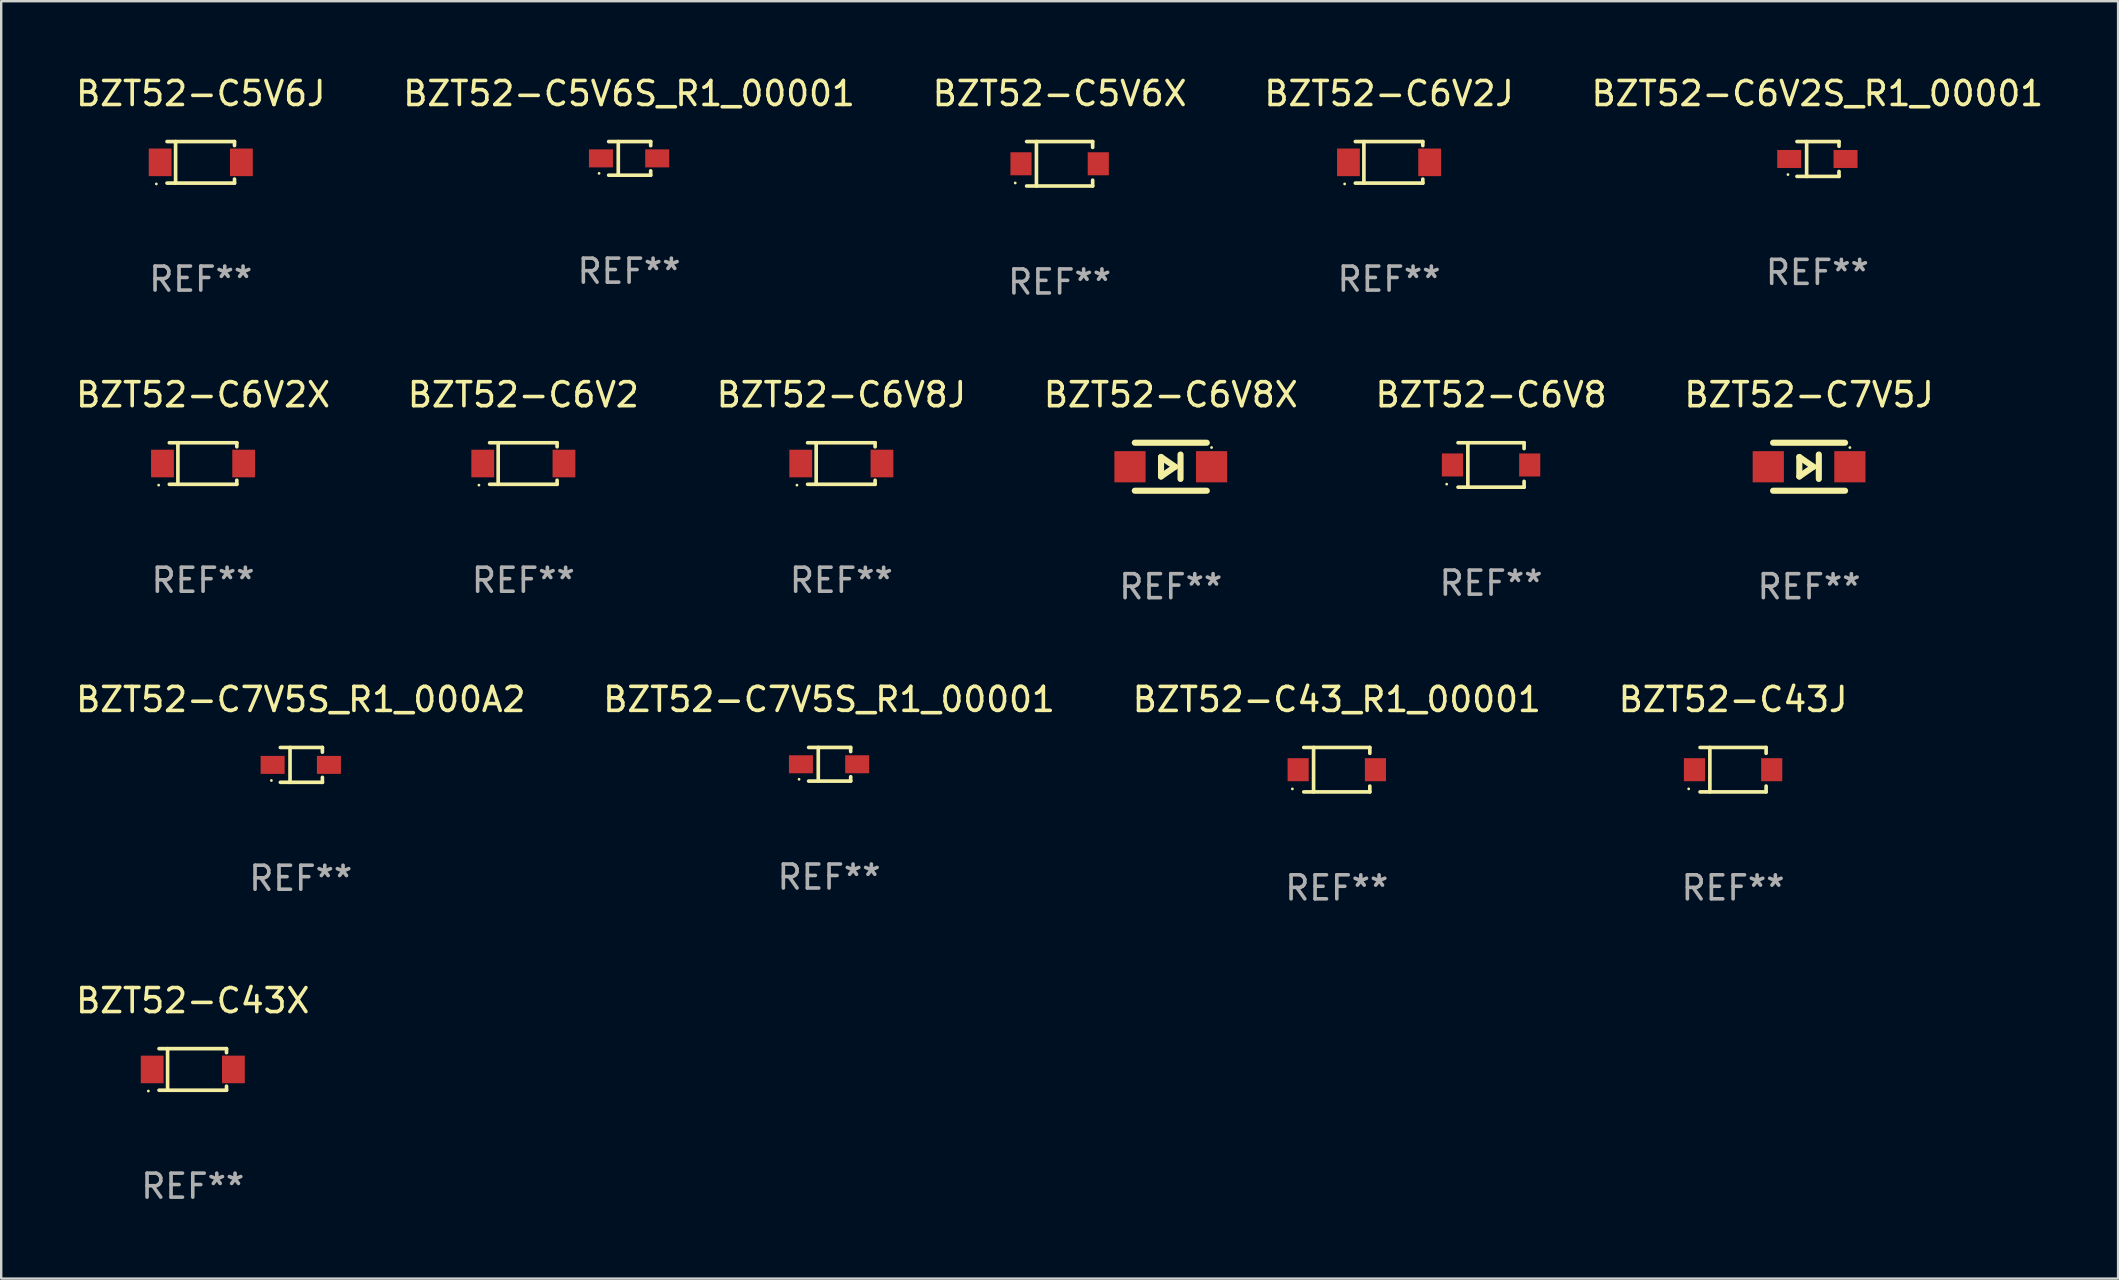
<source format=kicad_pcb>
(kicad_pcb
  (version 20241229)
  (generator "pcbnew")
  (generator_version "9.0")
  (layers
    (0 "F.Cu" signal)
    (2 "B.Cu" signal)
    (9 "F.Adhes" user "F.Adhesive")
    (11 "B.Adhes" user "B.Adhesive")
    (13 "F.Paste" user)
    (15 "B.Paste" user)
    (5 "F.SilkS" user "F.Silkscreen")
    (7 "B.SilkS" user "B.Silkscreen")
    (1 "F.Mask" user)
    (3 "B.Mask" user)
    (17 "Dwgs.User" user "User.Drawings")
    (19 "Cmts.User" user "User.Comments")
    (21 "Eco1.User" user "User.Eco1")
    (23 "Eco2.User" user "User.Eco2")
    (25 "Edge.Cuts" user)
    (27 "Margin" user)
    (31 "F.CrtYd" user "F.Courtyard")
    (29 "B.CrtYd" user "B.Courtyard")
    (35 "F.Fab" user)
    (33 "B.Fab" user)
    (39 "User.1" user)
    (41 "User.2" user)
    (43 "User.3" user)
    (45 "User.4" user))
  (footprint "BZT52-C43_R1_00001"
    (layer "F.Cu")
    (at 52.649 29.02)
    (property "Reference" "BZT52-C43_R1_00001" (at 0 -2.926 0) (layer "F.SilkS") (effects (font (size 1 1) (thickness 0.15))))
    (attr through_hole)
    (fp_line (start -1.376 -0.926) (end 1.376 -0.926) (stroke (width 0.152) (type solid)) (layer "F.SilkS"))
    (fp_line (start -1.376 0.926) (end 1.376 0.926) (stroke (width 0.152) (type solid)) (layer "F.SilkS"))
    (fp_line (start -0.967 -0.926) (end -0.967 0.926) (stroke (width 0.152) (type solid)) (layer "F.SilkS"))
    (fp_line (start 1.376 -0.926) (end 1.376 -0.683) (stroke (width 0.152) (type solid)) (layer "F.SilkS"))
    (fp_line (start 1.376 0.926) (end 1.376 0.683) (stroke (width 0.152) (type solid)) (layer "F.SilkS"))
    (fp_circle (center -1.85 0.8) (end -1.82 0.8) (stroke (width 0.06) (type solid)) (fill no) (layer "F.SilkS"))
    (fp_text user "REF**" (at 0 4.926 0) (layer "F.Fab") (effects (font (size 1 1) (thickness 0.15))))
    (pad "1" smd rect (at -1.61 0) (size 0.88 0.96) (layers "F.Cu" "F.Mask" "F.Paste"))
    (pad "2" smd rect (at 1.61 0) (size 0.88 0.96) (layers "F.Cu" "F.Mask" "F.Paste")))
  (footprint "BZT52-C6V2X"
    (layer "F.Cu")
    (at 5.411 16.263)
    (property "Reference" "BZT52-C6V2X" (at 0 -2.866 0) (layer "F.SilkS") (effects (font (size 1 1) (thickness 0.15))))
    (attr through_hole)
    (fp_line (start -1.406 -0.866) (end 1.406 -0.866) (stroke (width 0.152) (type solid)) (layer "F.SilkS"))
    (fp_line (start -1.406 0.866) (end 1.406 0.866) (stroke (width 0.152) (type solid)) (layer "F.SilkS"))
    (fp_line (start -1.049 -0.866) (end -1.049 0.866) (stroke (width 0.152) (type solid)) (layer "F.SilkS"))
    (fp_line (start 1.406 -0.866) (end 1.406 -0.698) (stroke (width 0.152) (type solid)) (layer "F.SilkS"))
    (fp_line (start 1.406 0.866) (end 1.406 0.698) (stroke (width 0.152) (type solid)) (layer "F.SilkS"))
    (fp_circle (center -1.851 0.9) (end -1.821 0.9) (stroke (width 0.06) (type solid)) (fill no) (layer "F.SilkS"))
    (fp_text user "REF**" (at 0 4.866 0) (layer "F.Fab") (effects (font (size 1 1) (thickness 0.15))))
    (pad "1" smd rect (at -1.692 0) (size 0.95 1.15) (layers "F.Cu" "F.Mask" "F.Paste"))
    (pad "2" smd rect (at 1.692 0) (size 0.95 1.15) (layers "F.Cu" "F.Mask" "F.Paste")))
  (footprint "BZT52-C6V2"
    (layer "F.Cu")
    (at 18.756 16.263)
    (property "Reference" "BZT52-C6V2" (at 0 -2.866 0) (layer "F.SilkS") (effects (font (size 1 1) (thickness 0.15))))
    (attr through_hole)
    (fp_line (start -1.406 -0.866) (end 1.406 -0.866) (stroke (width 0.152) (type solid)) (layer "F.SilkS"))
    (fp_line (start -1.406 0.866) (end 1.406 0.866) (stroke (width 0.152) (type solid)) (layer "F.SilkS"))
    (fp_line (start -1.049 -0.866) (end -1.049 0.866) (stroke (width 0.152) (type solid)) (layer "F.SilkS"))
    (fp_line (start 1.406 -0.866) (end 1.406 -0.698) (stroke (width 0.152) (type solid)) (layer "F.SilkS"))
    (fp_line (start 1.406 0.866) (end 1.406 0.698) (stroke (width 0.152) (type solid)) (layer "F.SilkS"))
    (fp_circle (center -1.851 0.9) (end -1.821 0.9) (stroke (width 0.06) (type solid)) (fill no) (layer "F.SilkS"))
    (fp_text user "REF**" (at 0 4.866 0) (layer "F.Fab") (effects (font (size 1 1) (thickness 0.15))))
    (pad "1" smd rect (at -1.692 0) (size 0.95 1.15) (layers "F.Cu" "F.Mask" "F.Paste"))
    (pad "2" smd rect (at 1.692 0) (size 0.95 1.15) (layers "F.Cu" "F.Mask" "F.Paste")))
  (footprint "BZT52-C6V8"
    (layer "F.Cu")
    (at 59.077 16.323)
    (property "Reference" "BZT52-C6V8" (at 0 -2.926 0) (layer "F.SilkS") (effects (font (size 1 1) (thickness 0.15))))
    (attr through_hole)
    (fp_line (start -1.376 -0.926) (end 1.376 -0.926) (stroke (width 0.152) (type solid)) (layer "F.SilkS"))
    (fp_line (start -1.376 0.926) (end 1.376 0.926) (stroke (width 0.152) (type solid)) (layer "F.SilkS"))
    (fp_line (start -0.967 -0.926) (end -0.967 0.926) (stroke (width 0.152) (type solid)) (layer "F.SilkS"))
    (fp_line (start 1.376 -0.926) (end 1.376 -0.683) (stroke (width 0.152) (type solid)) (layer "F.SilkS"))
    (fp_line (start 1.376 0.926) (end 1.376 0.683) (stroke (width 0.152) (type solid)) (layer "F.SilkS"))
    (fp_circle (center -1.85 0.8) (end -1.82 0.8) (stroke (width 0.06) (type solid)) (fill no) (layer "F.SilkS"))
    (fp_text user "REF**" (at 0 4.926 0) (layer "F.Fab") (effects (font (size 1 1) (thickness 0.15))))
    (pad "1" smd rect (at -1.61 0) (size 0.88 0.96) (layers "F.Cu" "F.Mask" "F.Paste"))
    (pad "2" smd rect (at 1.61 0) (size 0.88 0.96) (layers "F.Cu" "F.Mask" "F.Paste")))
  (footprint "BZT52-C6V8X"
    (layer "F.Cu")
    (at 45.732 16.397)
    (property "Reference" "BZT52-C6V8X" (at 0 -3 0) (layer "F.SilkS") (effects (font (size 1 1) (thickness 0.15))))
    (attr through_hole)
    (fp_line (start -1.5 -1) (end 1.5 -1) (stroke (width 0.254) (type solid)) (layer "F.SilkS"))
    (fp_line (start -0.406 -0.406) (end 0.178 0) (stroke (width 0.254) (type solid)) (layer "F.SilkS"))
    (fp_line (start -0.406 0.406) (end -0.406 -0.406) (stroke (width 0.254) (type solid)) (layer "F.SilkS"))
    (fp_line (start 0.178 0) (end -0.406 0.406) (stroke (width 0.254) (type solid)) (layer "F.SilkS"))
    (fp_line (start 0.406 0.508) (end 0.406 -0.508) (stroke (width 0.254) (type solid)) (layer "F.SilkS"))
    (fp_line (start 1.5 1) (end -1.5 1) (stroke (width 0.254) (type solid)) (layer "F.SilkS"))
    (fp_circle (center 1.7 -0.8) (end 1.73 -0.8) (stroke (width 0.06) (type solid)) (fill no) (layer "F.SilkS"))
    (fp_text user "REF**" (at 0 5 0) (layer "F.Fab") (effects (font (size 1 1) (thickness 0.15))))
    (pad "1" smd rect (at 1.7 0 180) (size 1.3 1.3) (layers "F.Cu" "F.Mask" "F.Paste"))
    (pad "2" smd rect (at -1.7 0 180) (size 1.3 1.3) (layers "F.Cu" "F.Mask" "F.Paste")))
  (footprint "BZT52-C43J"
    (layer "F.Cu")
    (at 69.161 29.02)
    (property "Reference" "BZT52-C43J" (at 0 -2.926 0) (layer "F.SilkS") (effects (font (size 1 1) (thickness 0.15))))
    (attr through_hole)
    (fp_line (start -1.376 -0.926) (end 1.376 -0.926) (stroke (width 0.152) (type solid)) (layer "F.SilkS"))
    (fp_line (start -1.376 0.926) (end 1.376 0.926) (stroke (width 0.152) (type solid)) (layer "F.SilkS"))
    (fp_line (start -0.967 -0.926) (end -0.967 0.926) (stroke (width 0.152) (type solid)) (layer "F.SilkS"))
    (fp_line (start 1.376 -0.926) (end 1.376 -0.683) (stroke (width 0.152) (type solid)) (layer "F.SilkS"))
    (fp_line (start 1.376 0.926) (end 1.376 0.683) (stroke (width 0.152) (type solid)) (layer "F.SilkS"))
    (fp_circle (center -1.85 0.8) (end -1.82 0.8) (stroke (width 0.06) (type solid)) (fill no) (layer "F.SilkS"))
    (fp_text user "REF**" (at 0 4.926 0) (layer "F.Fab") (effects (font (size 1 1) (thickness 0.15))))
    (pad "1" smd rect (at -1.61 0) (size 0.88 0.96) (layers "F.Cu" "F.Mask" "F.Paste"))
    (pad "2" smd rect (at 1.61 0) (size 0.88 0.96) (layers "F.Cu" "F.Mask" "F.Paste")))
  (footprint "BZT52-C7V5J"
    (layer "F.Cu")
    (at 72.327 16.397)
    (property "Reference" "BZT52-C7V5J" (at 0 -3 0) (layer "F.SilkS") (effects (font (size 1 1) (thickness 0.15))))
    (attr through_hole)
    (fp_line (start -1.5 -1) (end 1.5 -1) (stroke (width 0.254) (type solid)) (layer "F.SilkS"))
    (fp_line (start -0.406 -0.406) (end 0.178 0) (stroke (width 0.254) (type solid)) (layer "F.SilkS"))
    (fp_line (start -0.406 0.406) (end -0.406 -0.406) (stroke (width 0.254) (type solid)) (layer "F.SilkS"))
    (fp_line (start 0.178 0) (end -0.406 0.406) (stroke (width 0.254) (type solid)) (layer "F.SilkS"))
    (fp_line (start 0.406 0.508) (end 0.406 -0.508) (stroke (width 0.254) (type solid)) (layer "F.SilkS"))
    (fp_line (start 1.5 1) (end -1.5 1) (stroke (width 0.254) (type solid)) (layer "F.SilkS"))
    (fp_circle (center 1.7 -0.8) (end 1.73 -0.8) (stroke (width 0.06) (type solid)) (fill no) (layer "F.SilkS"))
    (fp_text user "REF**" (at 0 5 0) (layer "F.Fab") (effects (font (size 1 1) (thickness 0.15))))
    (pad "1" smd rect (at 1.7 0 180) (size 1.3 1.3) (layers "F.Cu" "F.Mask" "F.Paste"))
    (pad "2" smd rect (at -1.7 0 180) (size 1.3 1.3) (layers "F.Cu" "F.Mask" "F.Paste")))
  (footprint "BZT52-C6V2J"
    (layer "F.Cu")
    (at 54.827 3.714)
    (property "Reference" "BZT52-C6V2J" (at 0 -2.866 0) (layer "F.SilkS") (effects (font (size 1 1) (thickness 0.15))))
    (attr through_hole)
    (fp_line (start -1.406 -0.866) (end 1.406 -0.866) (stroke (width 0.152) (type solid)) (layer "F.SilkS"))
    (fp_line (start -1.406 0.866) (end 1.406 0.866) (stroke (width 0.152) (type solid)) (layer "F.SilkS"))
    (fp_line (start -1.049 -0.866) (end -1.049 0.866) (stroke (width 0.152) (type solid)) (layer "F.SilkS"))
    (fp_line (start 1.406 -0.866) (end 1.406 -0.698) (stroke (width 0.152) (type solid)) (layer "F.SilkS"))
    (fp_line (start 1.406 0.866) (end 1.406 0.698) (stroke (width 0.152) (type solid)) (layer "F.SilkS"))
    (fp_circle (center -1.851 0.9) (end -1.821 0.9) (stroke (width 0.06) (type solid)) (fill no) (layer "F.SilkS"))
    (fp_text user "REF**" (at 0 4.866 0) (layer "F.Fab") (effects (font (size 1 1) (thickness 0.15))))
    (pad "1" smd rect (at -1.692 0) (size 0.95 1.15) (layers "F.Cu" "F.Mask" "F.Paste"))
    (pad "2" smd rect (at 1.692 0) (size 0.95 1.15) (layers "F.Cu" "F.Mask" "F.Paste")))
  (footprint "BZT52-C5V6X"
    (layer "F.Cu")
    (at 41.101 3.774)
    (property "Reference" "BZT52-C5V6X" (at 0 -2.926 0) (layer "F.SilkS") (effects (font (size 1 1) (thickness 0.15))))
    (attr through_hole)
    (fp_line (start -1.376 -0.926) (end 1.376 -0.926) (stroke (width 0.152) (type solid)) (layer "F.SilkS"))
    (fp_line (start -1.376 0.926) (end 1.376 0.926) (stroke (width 0.152) (type solid)) (layer "F.SilkS"))
    (fp_line (start -0.967 -0.926) (end -0.967 0.926) (stroke (width 0.152) (type solid)) (layer "F.SilkS"))
    (fp_line (start 1.376 -0.926) (end 1.376 -0.683) (stroke (width 0.152) (type solid)) (layer "F.SilkS"))
    (fp_line (start 1.376 0.926) (end 1.376 0.683) (stroke (width 0.152) (type solid)) (layer "F.SilkS"))
    (fp_circle (center -1.85 0.8) (end -1.82 0.8) (stroke (width 0.06) (type solid)) (fill no) (layer "F.SilkS"))
    (fp_text user "REF**" (at 0 4.926 0) (layer "F.Fab") (effects (font (size 1 1) (thickness 0.15))))
    (pad "1" smd rect (at -1.61 0) (size 0.88 0.96) (layers "F.Cu" "F.Mask" "F.Paste"))
    (pad "2" smd rect (at 1.61 0) (size 0.88 0.96) (layers "F.Cu" "F.Mask" "F.Paste")))
  (footprint "BZT52-C5V6S_R1_00001"
    (layer "F.Cu")
    (at 23.161 3.549)
    (property "Reference" "BZT52-C5V6S_R1_00001" (at 0 -2.701 0) (layer "F.SilkS") (effects (font (size 1 1) (thickness 0.15))))
    (attr through_hole)
    (fp_line (start -0.851 -0.701) (end 0.901 -0.701) (stroke (width 0.152) (type solid)) (layer "F.SilkS"))
    (fp_line (start -0.851 0.701) (end 0.901 0.701) (stroke (width 0.152) (type solid)) (layer "F.SilkS"))
    (fp_line (start -0.45 -0.7) (end -0.45 0.69) (stroke (width 0.152) (type solid)) (layer "F.SilkS"))
    (fp_line (start 0.9 -0.7) (end 0.901 -0.53) (stroke (width 0.152) (type solid)) (layer "F.SilkS"))
    (fp_line (start 0.9 0.7) (end 0.901 0.52) (stroke (width 0.152) (type solid)) (layer "F.SilkS"))
    (fp_circle (center -1.25 0.625) (end -1.22 0.625) (stroke (width 0.06) (type solid)) (fill no) (layer "F.SilkS"))
    (fp_text user "REF**" (at 0 4.701 0) (layer "F.Fab") (effects (font (size 1 1) (thickness 0.15))))
    (pad "1" smd rect (at -1.172 -0.000102) (size 1 0.75) (layers "F.Cu" "F.Mask" "F.Paste"))
    (pad "2" smd rect (at 1.172 -0.000102) (size 1 0.75) (layers "F.Cu" "F.Mask" "F.Paste")))
  (footprint "BZT52-C7V5S_R1_000A2"
    (layer "F.Cu")
    (at 9.482 28.82)
    (property "Reference" "BZT52-C7V5S_R1_000A2" (at 0 -2.726 0) (layer "F.SilkS") (effects (font (size 1 1) (thickness 0.15))))
    (attr through_hole)
    (fp_line (start -0.851 -0.726) (end 0.901 -0.726) (stroke (width 0.152) (type solid)) (layer "F.SilkS"))
    (fp_line (start -0.851 0.726) (end 0.901 0.726) (stroke (width 0.152) (type solid)) (layer "F.SilkS"))
    (fp_line (start -0.447 -0.726) (end -0.447 0.726) (stroke (width 0.152) (type solid)) (layer "F.SilkS"))
    (fp_line (start 0.901 -0.726) (end 0.901 -0.53) (stroke (width 0.152) (type solid)) (layer "F.SilkS"))
    (fp_line (start 0.901 0.726) (end 0.901 0.52) (stroke (width 0.152) (type solid)) (layer "F.SilkS"))
    (fp_circle (center -1.225 0.65) (end -1.195 0.65) (stroke (width 0.06) (type solid)) (fill no) (layer "F.SilkS"))
    (fp_text user "REF**" (at 0 4.726 0) (layer "F.Fab") (effects (font (size 1 1) (thickness 0.15))))
    (pad "1" smd rect (at -1.173 0) (size 1 0.75) (layers "F.Cu" "F.Mask" "F.Paste"))
    (pad "2" smd rect (at 1.173 0) (size 1 0.75) (layers "F.Cu" "F.Mask" "F.Paste")))
  (footprint "BZT52-C6V8J"
    (layer "F.Cu")
    (at 32.006 16.263)
    (property "Reference" "BZT52-C6V8J" (at 0 -2.866 0) (layer "F.SilkS") (effects (font (size 1 1) (thickness 0.15))))
    (attr through_hole)
    (fp_line (start -1.406 -0.866) (end 1.406 -0.866) (stroke (width 0.152) (type solid)) (layer "F.SilkS"))
    (fp_line (start -1.406 0.866) (end 1.406 0.866) (stroke (width 0.152) (type solid)) (layer "F.SilkS"))
    (fp_line (start -1.049 -0.866) (end -1.049 0.866) (stroke (width 0.152) (type solid)) (layer "F.SilkS"))
    (fp_line (start 1.406 -0.866) (end 1.406 -0.698) (stroke (width 0.152) (type solid)) (layer "F.SilkS"))
    (fp_line (start 1.406 0.866) (end 1.406 0.698) (stroke (width 0.152) (type solid)) (layer "F.SilkS"))
    (fp_circle (center -1.851 0.9) (end -1.821 0.9) (stroke (width 0.06) (type solid)) (fill no) (layer "F.SilkS"))
    (fp_text user "REF**" (at 0 4.866 0) (layer "F.Fab") (effects (font (size 1 1) (thickness 0.15))))
    (pad "1" smd rect (at -1.692 0) (size 0.95 1.15) (layers "F.Cu" "F.Mask" "F.Paste"))
    (pad "2" smd rect (at 1.692 0) (size 0.95 1.15) (layers "F.Cu" "F.Mask" "F.Paste")))
  (footprint "BZT52-C43X"
    (layer "F.Cu")
    (at 4.982 41.509)
    (property "Reference" "BZT52-C43X" (at 0 -2.866 0) (layer "F.SilkS") (effects (font (size 1 1) (thickness 0.15))))
    (attr through_hole)
    (fp_line (start -1.406 -0.866) (end 1.406 -0.866) (stroke (width 0.152) (type solid)) (layer "F.SilkS"))
    (fp_line (start -1.406 0.866) (end 1.406 0.866) (stroke (width 0.152) (type solid)) (layer "F.SilkS"))
    (fp_line (start -1.049 -0.866) (end -1.049 0.866) (stroke (width 0.152) (type solid)) (layer "F.SilkS"))
    (fp_line (start 1.406 -0.866) (end 1.406 -0.698) (stroke (width 0.152) (type solid)) (layer "F.SilkS"))
    (fp_line (start 1.406 0.866) (end 1.406 0.698) (stroke (width 0.152) (type solid)) (layer "F.SilkS"))
    (fp_circle (center -1.851 0.9) (end -1.821 0.9) (stroke (width 0.06) (type solid)) (fill no) (layer "F.SilkS"))
    (fp_text user "REF**" (at 0 4.866 0) (layer "F.Fab") (effects (font (size 1 1) (thickness 0.15))))
    (pad "1" smd rect (at -1.692 0) (size 0.95 1.15) (layers "F.Cu" "F.Mask" "F.Paste"))
    (pad "2" smd rect (at 1.692 0) (size 0.95 1.15) (layers "F.Cu" "F.Mask" "F.Paste")))
  (footprint "BZT52-C7V5S_R1_00001"
    (layer "F.Cu")
    (at 31.494 28.794)
    (property "Reference" "BZT52-C7V5S_R1_00001" (at 0 -2.701 0) (layer "F.SilkS") (effects (font (size 1 1) (thickness 0.15))))
    (attr through_hole)
    (fp_line (start -0.851 -0.701) (end 0.901 -0.701) (stroke (width 0.152) (type solid)) (layer "F.SilkS"))
    (fp_line (start -0.851 0.701) (end 0.901 0.701) (stroke (width 0.152) (type solid)) (layer "F.SilkS"))
    (fp_line (start -0.45 -0.7) (end -0.45 0.69) (stroke (width 0.152) (type solid)) (layer "F.SilkS"))
    (fp_line (start 0.9 -0.7) (end 0.901 -0.53) (stroke (width 0.152) (type solid)) (layer "F.SilkS"))
    (fp_line (start 0.9 0.7) (end 0.901 0.52) (stroke (width 0.152) (type solid)) (layer "F.SilkS"))
    (fp_circle (center -1.25 0.625) (end -1.22 0.625) (stroke (width 0.06) (type solid)) (fill no) (layer "F.SilkS"))
    (fp_text user "REF**" (at 0 4.701 0) (layer "F.Fab") (effects (font (size 1 1) (thickness 0.15))))
    (pad "1" smd rect (at -1.172 -0.000102) (size 1 0.75) (layers "F.Cu" "F.Mask" "F.Paste"))
    (pad "2" smd rect (at 1.172 -0.000102) (size 1 0.75) (layers "F.Cu" "F.Mask" "F.Paste")))
  (footprint "BZT52-C6V2S_R1_00001"
    (layer "F.Cu")
    (at 72.673 3.574)
    (property "Reference" "BZT52-C6V2S_R1_00001" (at 0 -2.726 0) (layer "F.SilkS") (effects (font (size 1 1) (thickness 0.15))))
    (attr through_hole)
    (fp_line (start -0.851 -0.726) (end 0.901 -0.726) (stroke (width 0.152) (type solid)) (layer "F.SilkS"))
    (fp_line (start -0.851 0.726) (end 0.901 0.726) (stroke (width 0.152) (type solid)) (layer "F.SilkS"))
    (fp_line (start -0.447 -0.726) (end -0.447 0.726) (stroke (width 0.152) (type solid)) (layer "F.SilkS"))
    (fp_line (start 0.901 -0.726) (end 0.901 -0.53) (stroke (width 0.152) (type solid)) (layer "F.SilkS"))
    (fp_line (start 0.901 0.726) (end 0.901 0.52) (stroke (width 0.152) (type solid)) (layer "F.SilkS"))
    (fp_circle (center -1.225 0.65) (end -1.195 0.65) (stroke (width 0.06) (type solid)) (fill no) (layer "F.SilkS"))
    (fp_text user "REF**" (at 0 4.726 0) (layer "F.Fab") (effects (font (size 1 1) (thickness 0.15))))
    (pad "1" smd rect (at -1.173 0) (size 1 0.75) (layers "F.Cu" "F.Mask" "F.Paste"))
    (pad "2" smd rect (at 1.173 0) (size 1 0.75) (layers "F.Cu" "F.Mask" "F.Paste")))
  (footprint "BZT52-C5V6J"
    (layer "F.Cu")
    (at 5.315 3.714)
    (property "Reference" "BZT52-C5V6J" (at 0 -2.866 0) (layer "F.SilkS") (effects (font (size 1 1) (thickness 0.15))))
    (attr through_hole)
    (fp_line (start -1.406 -0.866) (end 1.406 -0.866) (stroke (width 0.152) (type solid)) (layer "F.SilkS"))
    (fp_line (start -1.406 0.866) (end 1.406 0.866) (stroke (width 0.152) (type solid)) (layer "F.SilkS"))
    (fp_line (start -1.049 -0.866) (end -1.049 0.866) (stroke (width 0.152) (type solid)) (layer "F.SilkS"))
    (fp_line (start 1.406 -0.866) (end 1.406 -0.698) (stroke (width 0.152) (type solid)) (layer "F.SilkS"))
    (fp_line (start 1.406 0.866) (end 1.406 0.698) (stroke (width 0.152) (type solid)) (layer "F.SilkS"))
    (fp_circle (center -1.851 0.9) (end -1.821 0.9) (stroke (width 0.06) (type solid)) (fill no) (layer "F.SilkS"))
    (fp_text user "REF**" (at 0 4.866 0) (layer "F.Fab") (effects (font (size 1 1) (thickness 0.15))))
    (pad "1" smd rect (at -1.692 0) (size 0.95 1.15) (layers "F.Cu" "F.Mask" "F.Paste"))
    (pad "2" smd rect (at 1.692 0) (size 0.95 1.15) (layers "F.Cu" "F.Mask" "F.Paste")))
  (gr_rect
    (start -3 -3)
    (end 85.202 50.223)
    (stroke (width 0.1) (type default))
    (fill no)
    (layer "Edge.Cuts")))
</source>
